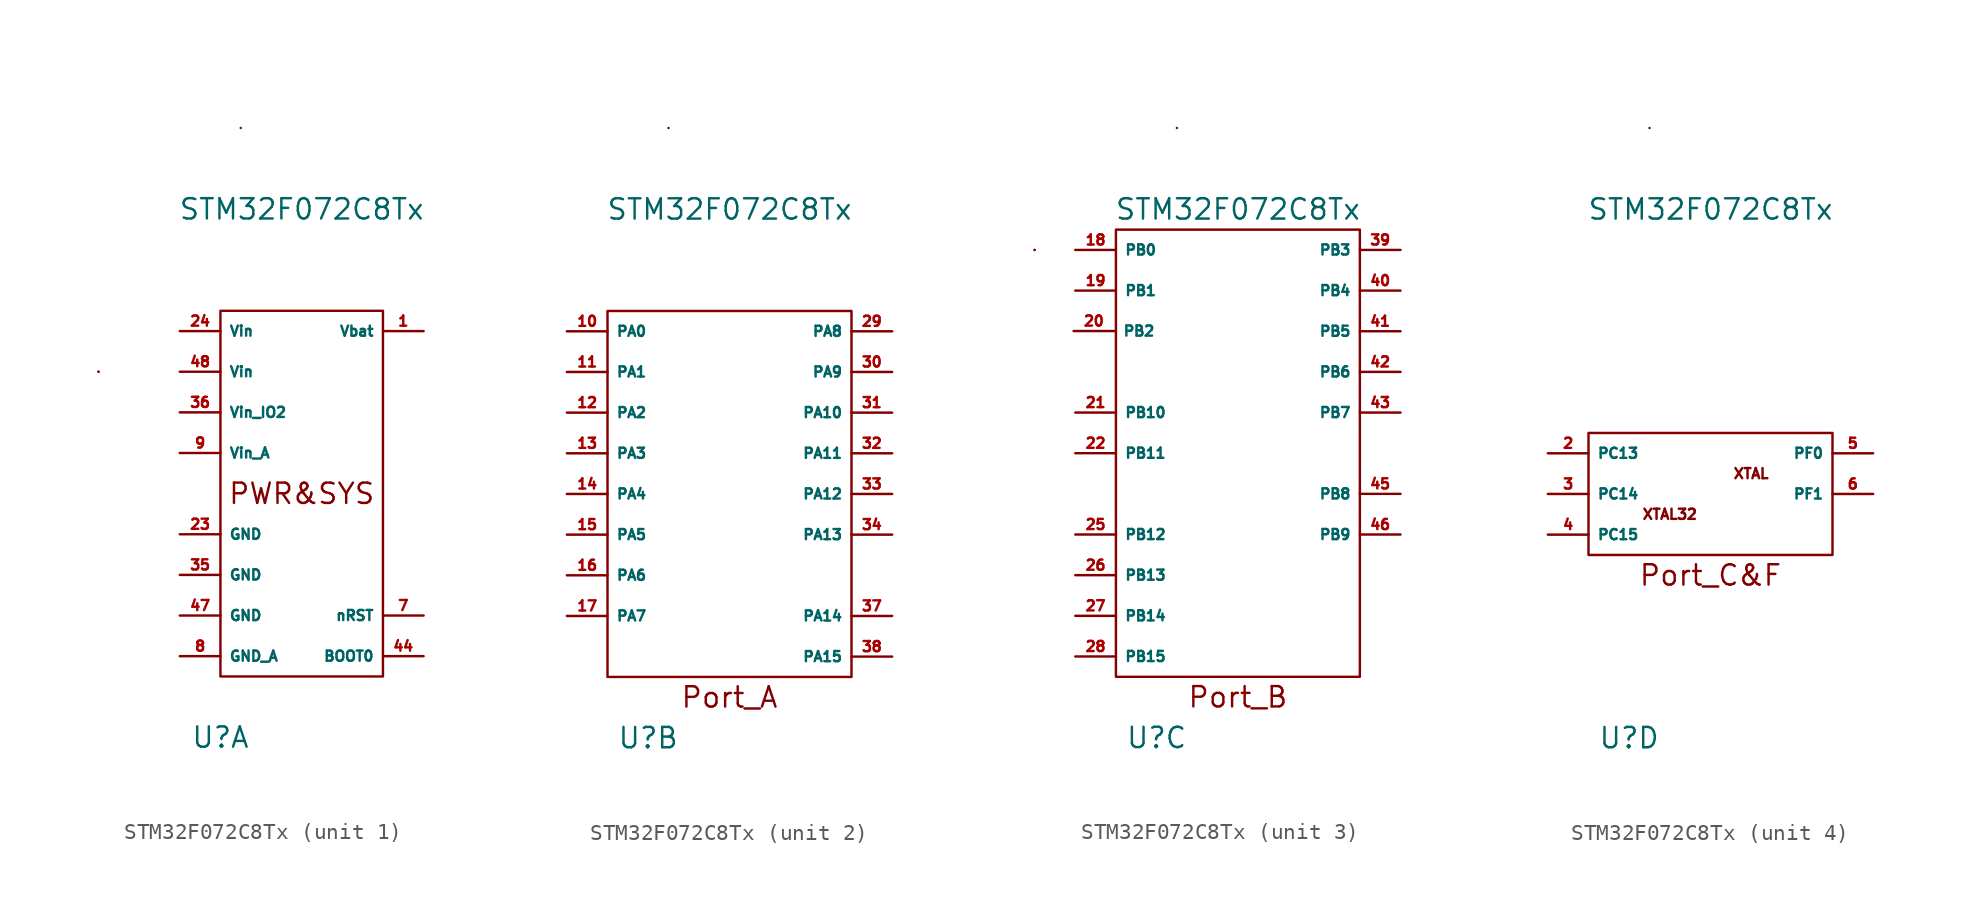
<source format=kicad_sym>
(kicad_symbol_lib
  (version 20211014)
  (generator kicad_symbol_editor)
  (symbol "STM32F072C8Tx"
    (property "Reference" "U"
      (at -5.08 -15.24 0)
      (effects (font (size 1.27 1.27))))
    (property "Value" "STM32F072C8Tx"
      (at 0 17.78 0)
      (effects (font (size 1.27 1.27))))
    (property "ki_locked" ""
      (at 0 0 0)
      (effects (font (size 1.27 1.27))))
    (symbol "STM32F072C8Tx_0_0"
      (rectangle (start -3.81 22.86) (end -3.81 22.86) (stroke (width 0.152) (type default) (color 0 0 0 0)) (fill (type none))))
    (symbol "STM32F072C8Tx_1_0"
      (rectangle (start -12.7 7.62) (end -12.7 7.62) (stroke (width 0.152) (type default) (color 0 0 0 0)) (fill (type none)))
      (rectangle (start -12.7 7.62) (end -12.7 7.62) (stroke (width 0.152) (type default) (color 0 0 0 0)) (fill (type none)))
      (text "PWR&SYS" (at 0 0 0) (effects (font (size 1.27 1.27)))))
    (symbol "STM32F072C8Tx_1_1"
      (rectangle (start -5.08 11.43) (end 5.08 -11.43) (stroke (width 0) (type default) (color 0 0 0 0)) (fill (type none)))
      (pin power_in line (at 7.62 10.16 180) (length 2.54) (name "Vbat" (effects (font (size 0.635 0.635)))) (number "1" (effects (font (size 0.635 0.635)))))
      (pin power_in line (at -7.62 -2.54 0) (length 2.54) (name "GND" (effects (font (size 0.635 0.635)))) (number "23" (effects (font (size 0.635 0.635)))))
      (pin power_in line (at -7.62 10.16 0) (length 2.54) (name "Vin" (effects (font (size 0.635 0.635)))) (number "24" (effects (font (size 0.635 0.635)))))
      (pin power_in line (at -7.62 -5.08 0) (length 2.54) (name "GND" (effects (font (size 0.635 0.635)))) (number "35" (effects (font (size 0.635 0.635)))))
      (pin power_in line (at -7.62 5.08 0) (length 2.54) (name "Vin_IO2" (effects (font (size 0.635 0.635)))) (number "36" (effects (font (size 0.635 0.635)))))
      (pin input line (at 7.62 -10.16 180) (length 2.54) (name "BOOT0" (effects (font (size 0.635 0.635)))) (number "44" (effects (font (size 0.635 0.635)))))
      (pin power_in line (at -7.62 -7.62 0) (length 2.54) (name "GND" (effects (font (size 0.635 0.635)))) (number "47" (effects (font (size 0.635 0.635)))))
      (pin power_in line (at -7.62 7.62 0) (length 2.54) (name "Vin" (effects (font (size 0.635 0.635)))) (number "48" (effects (font (size 0.635 0.635)))))
      (pin input line (at 7.62 -7.62 180) (length 2.54) (name "nRST" (effects (font (size 0.635 0.635)))) (number "7" (effects (font (size 0.635 0.635)))))
      (pin power_in line (at -7.62 -10.16 0) (length 2.54) (name "GND_A" (effects (font (size 0.635 0.635)))) (number "8" (effects (font (size 0.635 0.635)))))
      (pin power_in line (at -7.62 2.54 0) (length 2.54) (name "Vin_A" (effects (font (size 0.635 0.635)))) (number "9" (effects (font (size 0.635 0.635))))))
    (symbol "STM32F072C8Tx_2_0"
      (text "Port_A" (at 0 -12.7 0) (effects (font (size 1.27 1.27)))))
    (symbol "STM32F072C8Tx_2_1"
      (rectangle (start -7.62 11.43) (end 7.62 -11.43) (stroke (width 0) (type default) (color 0 0 0 0)) (fill (type none)))
      (pin bidirectional line (at -10.16 10.16 0) (length 2.54) (name "PA0" (effects (font (size 0.635 0.635)))) (number "10" (effects (font (size 0.635 0.635)))))
      (pin bidirectional line (at -10.16 7.62 0) (length 2.54) (name "PA1" (effects (font (size 0.635 0.635)))) (number "11" (effects (font (size 0.635 0.635)))))
      (pin bidirectional line (at -10.16 5.08 0) (length 2.54) (name "PA2" (effects (font (size 0.635 0.635)))) (number "12" (effects (font (size 0.635 0.635)))))
      (pin bidirectional line (at -10.16 2.54 0) (length 2.54) (name "PA3" (effects (font (size 0.635 0.635)))) (number "13" (effects (font (size 0.635 0.635)))))
      (pin bidirectional line (at -10.16 0 0) (length 2.54) (name "PA4" (effects (font (size 0.635 0.635)))) (number "14" (effects (font (size 0.635 0.635)))))
      (pin bidirectional line (at -10.16 -2.54 0) (length 2.54) (name "PA5" (effects (font (size 0.635 0.635)))) (number "15" (effects (font (size 0.635 0.635)))))
      (pin bidirectional line (at -10.16 -5.08 0) (length 2.54) (name "PA6" (effects (font (size 0.635 0.635)))) (number "16" (effects (font (size 0.635 0.635)))))
      (pin bidirectional line (at -10.16 -7.62 0) (length 2.54) (name "PA7" (effects (font (size 0.635 0.635)))) (number "17" (effects (font (size 0.635 0.635)))))
      (pin bidirectional line (at 10.16 10.16 180) (length 2.54) (name "PA8" (effects (font (size 0.635 0.635)))) (number "29" (effects (font (size 0.635 0.635)))))
      (pin bidirectional line (at 10.16 7.62 180) (length 2.54) (name "PA9" (effects (font (size 0.635 0.635)))) (number "30" (effects (font (size 0.635 0.635)))))
      (pin bidirectional line (at 10.16 5.08 180) (length 2.54) (name "PA10" (effects (font (size 0.635 0.635)))) (number "31" (effects (font (size 0.635 0.635)))))
      (pin bidirectional line (at 10.16 2.54 180) (length 2.54) (name "PA11" (effects (font (size 0.635 0.635)))) (number "32" (effects (font (size 0.635 0.635)))))
      (pin bidirectional line (at 10.16 0 180) (length 2.54) (name "PA12" (effects (font (size 0.635 0.635)))) (number "33" (effects (font (size 0.635 0.635)))))
      (pin bidirectional line (at 10.16 -2.54 180) (length 2.54) (name "PA13" (effects (font (size 0.635 0.635)))) (number "34" (effects (font (size 0.635 0.635)))))
      (pin bidirectional line (at 10.16 -7.62 180) (length 2.54) (name "PA14" (effects (font (size 0.635 0.635)))) (number "37" (effects (font (size 0.635 0.635)))))
      (pin bidirectional line (at 10.16 -10.16 180) (length 2.54) (name "PA15" (effects (font (size 0.635 0.635)))) (number "38" (effects (font (size 0.635 0.635))))))
    (symbol "STM32F072C8Tx_3_0"
      (rectangle (start -12.7 15.24) (end -12.7 15.24) (stroke (width 0.152) (type default) (color 0 0 0 0)) (fill (type none)))
      (rectangle (start -12.7 15.24) (end -12.7 15.24) (stroke (width 0.152) (type default) (color 0 0 0 0)) (fill (type none)))
      (text "Port_B" (at 0 -12.7 0) (effects (font (size 1.27 1.27)))))
    (symbol "STM32F072C8Tx_3_1"
      (rectangle (start -7.62 16.51) (end 7.62 -11.43) (stroke (width 0) (type default) (color 0 0 0 0)) (fill (type none)))
      (pin bidirectional line (at -10.16 15.24 0) (length 2.54) (name "PB0" (effects (font (size 0.635 0.635)))) (number "18" (effects (font (size 0.635 0.635)))))
      (pin bidirectional line (at -10.16 12.7 0) (length 2.54) (name "PB1" (effects (font (size 0.635 0.635)))) (number "19" (effects (font (size 0.635 0.635)))))
      (pin bidirectional line (at -10.266 10.174 0) (length 2.54) (name "PB2" (effects (font (size 0.635 0.635)))) (number "20" (effects (font (size 0.635 0.635)))))
      (pin bidirectional line (at -10.16 5.08 0) (length 2.54) (name "PB10" (effects (font (size 0.635 0.635)))) (number "21" (effects (font (size 0.635 0.635)))))
      (pin bidirectional line (at -10.16 2.54 0) (length 2.54) (name "PB11" (effects (font (size 0.635 0.635)))) (number "22" (effects (font (size 0.635 0.635)))))
      (pin bidirectional line (at -10.16 -2.54 0) (length 2.54) (name "PB12" (effects (font (size 0.635 0.635)))) (number "25" (effects (font (size 0.635 0.635)))))
      (pin bidirectional line (at -10.16 -5.08 0) (length 2.54) (name "PB13" (effects (font (size 0.635 0.635)))) (number "26" (effects (font (size 0.635 0.635)))))
      (pin bidirectional line (at -10.16 -7.62 0) (length 2.54) (name "PB14" (effects (font (size 0.635 0.635)))) (number "27" (effects (font (size 0.635 0.635)))))
      (pin bidirectional line (at -10.16 -10.16 0) (length 2.54) (name "PB15" (effects (font (size 0.635 0.635)))) (number "28" (effects (font (size 0.635 0.635)))))
      (pin bidirectional line (at 10.16 15.24 180) (length 2.54) (name "PB3" (effects (font (size 0.635 0.635)))) (number "39" (effects (font (size 0.635 0.635)))))
      (pin bidirectional line (at 10.16 12.7 180) (length 2.54) (name "PB4" (effects (font (size 0.635 0.635)))) (number "40" (effects (font (size 0.635 0.635)))))
      (pin bidirectional line (at 10.16 10.16 180) (length 2.54) (name "PB5" (effects (font (size 0.635 0.635)))) (number "41" (effects (font (size 0.635 0.635)))))
      (pin bidirectional line (at 10.16 7.62 180) (length 2.54) (name "PB6" (effects (font (size 0.635 0.635)))) (number "42" (effects (font (size 0.635 0.635)))))
      (pin bidirectional line (at 10.16 5.08 180) (length 2.54) (name "PB7" (effects (font (size 0.635 0.635)))) (number "43" (effects (font (size 0.635 0.635)))))
      (pin bidirectional line (at 10.16 0 180) (length 2.54) (name "PB8" (effects (font (size 0.635 0.635)))) (number "45" (effects (font (size 0.635 0.635)))))
      (pin bidirectional line (at 10.16 -2.54 180) (length 2.54) (name "PB9" (effects (font (size 0.635 0.635)))) (number "46" (effects (font (size 0.635 0.635))))))
    (symbol "STM32F072C8Tx_4_0"
      (text "Port_C&F" (at 0 -5.08 0) (effects (font (size 1.27 1.27)))))
    (symbol "STM32F072C8Tx_4_1"
      (rectangle (start -7.62 3.81) (end 7.62 -3.81) (stroke (width 0) (type default) (color 0 0 0 0)) (fill (type none)))
      (text "XTAL" (at 2.54 1.27 0) (effects (font (size 0.635 0.635))))
      (text "XTAL32" (at -2.54 -1.27 0) (effects (font (size 0.635 0.635))))
      (pin bidirectional line (at -10.16 2.54 0) (length 2.54) (name "PC13" (effects (font (size 0.635 0.635)))) (number "2" (effects (font (size 0.635 0.635)))))
      (pin bidirectional line (at -10.16 0 0) (length 2.54) (name "PC14" (effects (font (size 0.635 0.635)))) (number "3" (effects (font (size 0.635 0.635)))))
      (pin bidirectional line (at -10.16 -2.54 0) (length 2.54) (name "PC15" (effects (font (size 0.635 0.635)))) (number "4" (effects (font (size 0.635 0.635)))))
      (pin bidirectional line (at 10.16 2.54 180) (length 2.54) (name "PF0" (effects (font (size 0.635 0.635)))) (number "5" (effects (font (size 0.635 0.635)))))
      (pin bidirectional line (at 10.16 0 180) (length 2.54) (name "PF1" (effects (font (size 0.635 0.635)))) (number "6" (effects (font (size 0.635 0.635))))))))
</source>
